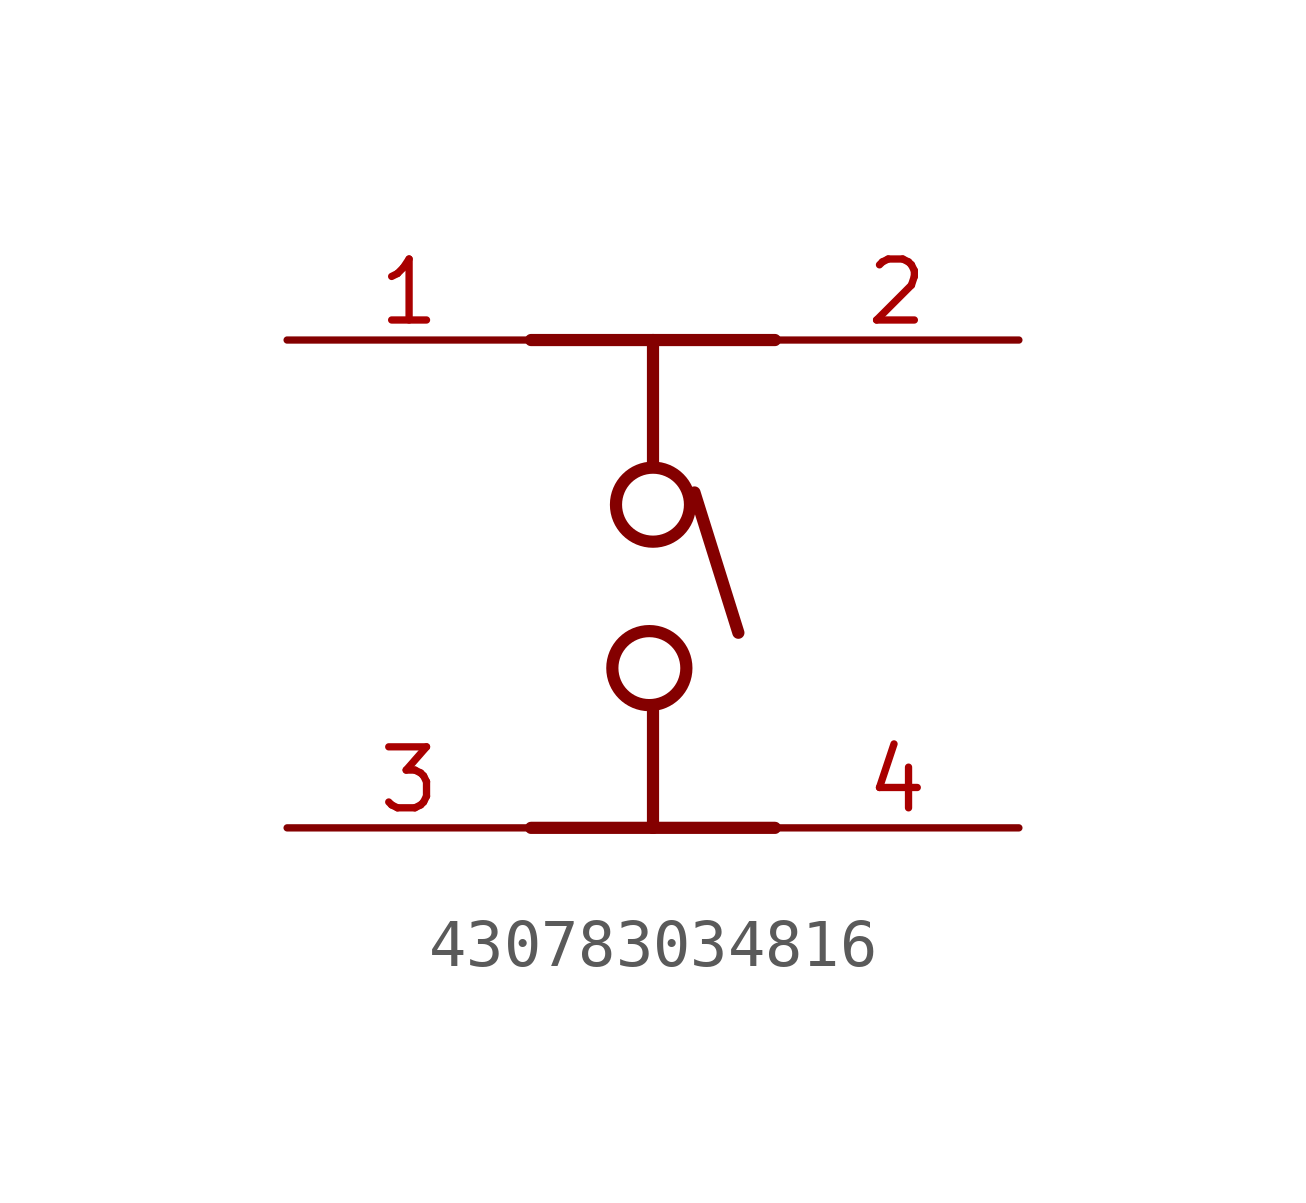
<source format=kicad_sym>
(kicad_symbol_lib
  (version 20220914)
  (generator kicad_symbol_editor)
  (symbol "430783034816"
    (property "Reference" "S"
      (at -2.794 6.35 0)
      (effects (font (size 1.27 1.079)) (justify left bottom) hide))
    (property "ki_locked" ""
      (at 0 0 0)
      (effects (font (size 1.27 1.27))))
    (symbol "430783034816_1_0"
      (circle (center -0.076 -1.753) (radius 0.771) (stroke (width 0.254) (type solid)) (fill (type none)))
      (polyline (pts (xy -2.54 -5.08) (xy 0 -5.08)) (stroke (width 0.254) (type solid)) (fill (type none)))
      (polyline (pts (xy -2.54 5.08) (xy 0 5.08)) (stroke (width 0.254) (type solid)) (fill (type none)))
      (polyline (pts (xy 0 -5.08) (xy 0 -2.54)) (stroke (width 0.254) (type solid)) (fill (type none)))
      (polyline (pts (xy 0 -5.08) (xy 2.54 -5.08)) (stroke (width 0.254) (type solid)) (fill (type none)))
      (polyline (pts (xy 0 5.08) (xy 0 2.54)) (stroke (width 0.254) (type solid)) (fill (type none)))
      (polyline (pts (xy 0 5.08) (xy 2.54 5.08)) (stroke (width 0.254) (type solid)) (fill (type none)))
      (polyline (pts (xy 0.864 1.905) (xy 1.778 -1.016)) (stroke (width 0.254) (type solid)) (fill (type none)))
      (circle (center 0 1.651) (radius 0.771) (stroke (width 0.254) (type solid)) (fill (type none)))
      (pin passive line (at -7.62 5.08 0) (length 5.08) (name "1" (effects (font (size 0 0)))) (number "1" (effects (font (size 1.27 1.27)))))
      (pin passive line (at 7.62 5.08 180) (length 5.08) (name "3" (effects (font (size 0 0)))) (number "2" (effects (font (size 1.27 1.27)))))
      (pin passive line (at -7.62 -5.08 0) (length 5.08) (name "2" (effects (font (size 0 0)))) (number "3" (effects (font (size 1.27 1.27)))))
      (pin passive line (at 7.62 -5.08 180) (length 5.08) (name "4" (effects (font (size 0 0)))) (number "4" (effects (font (size 1.27 1.27))))))))
</source>
